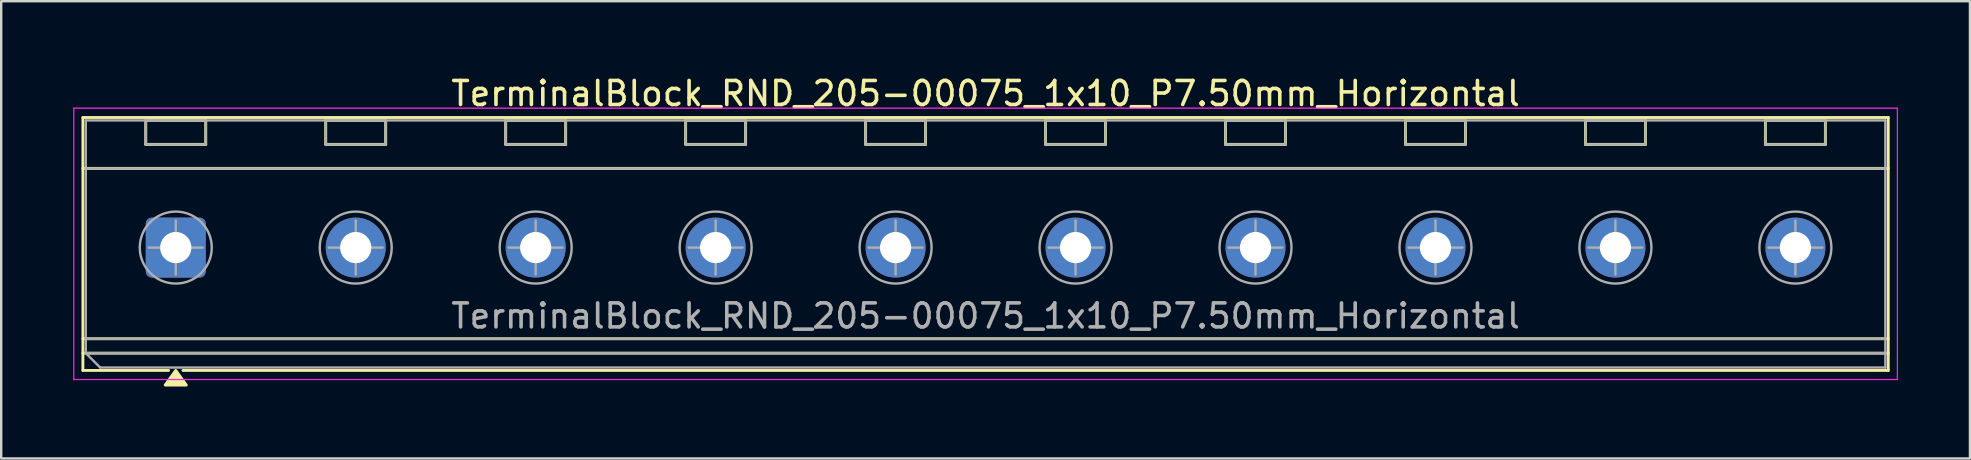
<source format=kicad_pcb>
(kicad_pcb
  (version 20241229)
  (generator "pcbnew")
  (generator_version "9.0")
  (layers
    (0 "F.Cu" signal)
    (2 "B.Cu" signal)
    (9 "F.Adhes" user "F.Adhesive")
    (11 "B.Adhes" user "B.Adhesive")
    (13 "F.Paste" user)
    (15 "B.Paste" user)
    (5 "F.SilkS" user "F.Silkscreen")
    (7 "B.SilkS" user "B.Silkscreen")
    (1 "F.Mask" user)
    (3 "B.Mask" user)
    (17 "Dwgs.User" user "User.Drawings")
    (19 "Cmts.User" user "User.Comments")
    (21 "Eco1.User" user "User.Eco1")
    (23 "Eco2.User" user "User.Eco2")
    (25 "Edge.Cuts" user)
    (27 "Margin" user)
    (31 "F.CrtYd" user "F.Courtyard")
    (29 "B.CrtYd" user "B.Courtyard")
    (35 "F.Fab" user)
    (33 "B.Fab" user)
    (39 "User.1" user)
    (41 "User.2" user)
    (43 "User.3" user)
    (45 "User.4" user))
  (footprint "TerminalBlock_RND_205-00075_1x10_P7.50mm_Horizontal"
    (layer "F.Cu")
    (at 4.275 7.268)
    (property "Reference" "TerminalBlock_RND_205-00075_1x10_P7.50mm_Horizontal" (at 33.75 -6.42 0) (layer "F.SilkS") (effects (font (size 1 1) (thickness 0.15))))
    (attr through_hole)
    (fp_line (start -3.87 -5.42) (end 71.37 -5.42) (stroke (width 0.12) (type solid)) (layer "F.SilkS"))
    (fp_line (start -3.87 -3.3) (end 71.37 -3.3) (stroke (width 0.12) (type solid)) (layer "F.SilkS"))
    (fp_line (start -3.87 3.8) (end 71.37 3.8) (stroke (width 0.12) (type solid)) (layer "F.SilkS"))
    (fp_line (start -3.87 4.4) (end 71.37 4.4) (stroke (width 0.12) (type solid)) (layer "F.SilkS"))
    (fp_line (start -3.87 5.12) (end -3.87 -5.42) (stroke (width 0.12) (type solid)) (layer "F.SilkS"))
    (fp_line (start -1.25 -5.3) (end 1.25 -5.3) (stroke (width 0.12) (type solid)) (layer "F.SilkS"))
    (fp_line (start -1.25 -4.3) (end -1.25 -5.3) (stroke (width 0.12) (type solid)) (layer "F.SilkS"))
    (fp_line (start -0.3 5.12) (end -3.87 5.12) (stroke (width 0.12) (type solid)) (layer "F.SilkS"))
    (fp_line (start 1.25 -5.3) (end 1.25 -4.3) (stroke (width 0.12) (type solid)) (layer "F.SilkS"))
    (fp_line (start 1.25 -4.3) (end -1.25 -4.3) (stroke (width 0.12) (type solid)) (layer "F.SilkS"))
    (fp_line (start 6.25 -5.3) (end 8.75 -5.3) (stroke (width 0.12) (type solid)) (layer "F.SilkS"))
    (fp_line (start 6.25 -4.3) (end 6.25 -5.3) (stroke (width 0.12) (type solid)) (layer "F.SilkS"))
    (fp_line (start 8.75 -5.3) (end 8.75 -4.3) (stroke (width 0.12) (type solid)) (layer "F.SilkS"))
    (fp_line (start 8.75 -4.3) (end 6.25 -4.3) (stroke (width 0.12) (type solid)) (layer "F.SilkS"))
    (fp_line (start 13.75 -5.3) (end 16.25 -5.3) (stroke (width 0.12) (type solid)) (layer "F.SilkS"))
    (fp_line (start 13.75 -4.3) (end 13.75 -5.3) (stroke (width 0.12) (type solid)) (layer "F.SilkS"))
    (fp_line (start 16.25 -5.3) (end 16.25 -4.3) (stroke (width 0.12) (type solid)) (layer "F.SilkS"))
    (fp_line (start 16.25 -4.3) (end 13.75 -4.3) (stroke (width 0.12) (type solid)) (layer "F.SilkS"))
    (fp_line (start 21.25 -5.3) (end 23.75 -5.3) (stroke (width 0.12) (type solid)) (layer "F.SilkS"))
    (fp_line (start 21.25 -4.3) (end 21.25 -5.3) (stroke (width 0.12) (type solid)) (layer "F.SilkS"))
    (fp_line (start 23.75 -5.3) (end 23.75 -4.3) (stroke (width 0.12) (type solid)) (layer "F.SilkS"))
    (fp_line (start 23.75 -4.3) (end 21.25 -4.3) (stroke (width 0.12) (type solid)) (layer "F.SilkS"))
    (fp_line (start 28.75 -5.3) (end 31.25 -5.3) (stroke (width 0.12) (type solid)) (layer "F.SilkS"))
    (fp_line (start 28.75 -4.3) (end 28.75 -5.3) (stroke (width 0.12) (type solid)) (layer "F.SilkS"))
    (fp_line (start 31.25 -5.3) (end 31.25 -4.3) (stroke (width 0.12) (type solid)) (layer "F.SilkS"))
    (fp_line (start 31.25 -4.3) (end 28.75 -4.3) (stroke (width 0.12) (type solid)) (layer "F.SilkS"))
    (fp_line (start 36.25 -5.3) (end 38.75 -5.3) (stroke (width 0.12) (type solid)) (layer "F.SilkS"))
    (fp_line (start 36.25 -4.3) (end 36.25 -5.3) (stroke (width 0.12) (type solid)) (layer "F.SilkS"))
    (fp_line (start 38.75 -5.3) (end 38.75 -4.3) (stroke (width 0.12) (type solid)) (layer "F.SilkS"))
    (fp_line (start 38.75 -4.3) (end 36.25 -4.3) (stroke (width 0.12) (type solid)) (layer "F.SilkS"))
    (fp_line (start 43.75 -5.3) (end 46.25 -5.3) (stroke (width 0.12) (type solid)) (layer "F.SilkS"))
    (fp_line (start 43.75 -4.3) (end 43.75 -5.3) (stroke (width 0.12) (type solid)) (layer "F.SilkS"))
    (fp_line (start 46.25 -5.3) (end 46.25 -4.3) (stroke (width 0.12) (type solid)) (layer "F.SilkS"))
    (fp_line (start 46.25 -4.3) (end 43.75 -4.3) (stroke (width 0.12) (type solid)) (layer "F.SilkS"))
    (fp_line (start 51.25 -5.3) (end 53.75 -5.3) (stroke (width 0.12) (type solid)) (layer "F.SilkS"))
    (fp_line (start 51.25 -4.3) (end 51.25 -5.3) (stroke (width 0.12) (type solid)) (layer "F.SilkS"))
    (fp_line (start 53.75 -5.3) (end 53.75 -4.3) (stroke (width 0.12) (type solid)) (layer "F.SilkS"))
    (fp_line (start 53.75 -4.3) (end 51.25 -4.3) (stroke (width 0.12) (type solid)) (layer "F.SilkS"))
    (fp_line (start 58.75 -5.3) (end 61.25 -5.3) (stroke (width 0.12) (type solid)) (layer "F.SilkS"))
    (fp_line (start 58.75 -4.3) (end 58.75 -5.3) (stroke (width 0.12) (type solid)) (layer "F.SilkS"))
    (fp_line (start 61.25 -5.3) (end 61.25 -4.3) (stroke (width 0.12) (type solid)) (layer "F.SilkS"))
    (fp_line (start 61.25 -4.3) (end 58.75 -4.3) (stroke (width 0.12) (type solid)) (layer "F.SilkS"))
    (fp_line (start 66.25 -5.3) (end 68.75 -5.3) (stroke (width 0.12) (type solid)) (layer "F.SilkS"))
    (fp_line (start 66.25 -4.3) (end 66.25 -5.3) (stroke (width 0.12) (type solid)) (layer "F.SilkS"))
    (fp_line (start 68.75 -5.3) (end 68.75 -4.3) (stroke (width 0.12) (type solid)) (layer "F.SilkS"))
    (fp_line (start 68.75 -4.3) (end 66.25 -4.3) (stroke (width 0.12) (type solid)) (layer "F.SilkS"))
    (fp_line (start 71.37 -5.42) (end 71.37 5.12) (stroke (width 0.12) (type solid)) (layer "F.SilkS"))
    (fp_line (start 71.37 5.12) (end 0.3 5.12) (stroke (width 0.12) (type solid)) (layer "F.SilkS"))
    (fp_poly (pts (xy 0 5.12) (xy 0.44 5.73) (xy -0.44 5.73)) (stroke (width 0.12) (type solid)) (fill yes) (layer "F.SilkS"))
    (fp_line (start -4.25 -5.81) (end -4.25 5.5) (stroke (width 0.05) (type solid)) (layer "F.CrtYd"))
    (fp_line (start -4.25 5.5) (end 71.75 5.5) (stroke (width 0.05) (type solid)) (layer "F.CrtYd"))
    (fp_line (start 71.75 -5.81) (end -4.25 -5.81) (stroke (width 0.05) (type solid)) (layer "F.CrtYd"))
    (fp_line (start 71.75 5.5) (end 71.75 -5.81) (stroke (width 0.05) (type solid)) (layer "F.CrtYd"))
    (fp_line (start -3.75 -5.3) (end 71.25 -5.3) (stroke (width 0.1) (type solid)) (layer "F.Fab"))
    (fp_line (start -3.75 -3.3) (end 71.25 -3.3) (stroke (width 0.1) (type solid)) (layer "F.Fab"))
    (fp_line (start -3.75 3.8) (end 71.25 3.8) (stroke (width 0.1) (type solid)) (layer "F.Fab"))
    (fp_line (start -3.75 4.4) (end -3.75 -5.3) (stroke (width 0.1) (type solid)) (layer "F.Fab"))
    (fp_line (start -3.75 4.4) (end 71.25 4.4) (stroke (width 0.1) (type solid)) (layer "F.Fab"))
    (fp_line (start -3.15 5) (end -3.75 4.4) (stroke (width 0.1) (type solid)) (layer "F.Fab"))
    (fp_line (start -1.25 -5.3) (end -1.25 -4.3) (stroke (width 0.1) (type solid)) (layer "F.Fab"))
    (fp_line (start -1.25 -4.3) (end 1.25 -4.3) (stroke (width 0.1) (type solid)) (layer "F.Fab"))
    (fp_line (start -1.125 0) (end 1.125 0) (stroke (width 0.1) (type solid)) (layer "F.Fab"))
    (fp_line (start 0 -1.125) (end 0 1.125) (stroke (width 0.1) (type solid)) (layer "F.Fab"))
    (fp_line (start 1.25 -5.3) (end -1.25 -5.3) (stroke (width 0.1) (type solid)) (layer "F.Fab"))
    (fp_line (start 1.25 -4.3) (end 1.25 -5.3) (stroke (width 0.1) (type solid)) (layer "F.Fab"))
    (fp_line (start 6.25 -5.3) (end 6.25 -4.3) (stroke (width 0.1) (type solid)) (layer "F.Fab"))
    (fp_line (start 6.25 -4.3) (end 8.75 -4.3) (stroke (width 0.1) (type solid)) (layer "F.Fab"))
    (fp_line (start 6.375 0) (end 8.625 0) (stroke (width 0.1) (type solid)) (layer "F.Fab"))
    (fp_line (start 7.5 -1.125) (end 7.5 1.125) (stroke (width 0.1) (type solid)) (layer "F.Fab"))
    (fp_line (start 8.75 -5.3) (end 6.25 -5.3) (stroke (width 0.1) (type solid)) (layer "F.Fab"))
    (fp_line (start 8.75 -4.3) (end 8.75 -5.3) (stroke (width 0.1) (type solid)) (layer "F.Fab"))
    (fp_line (start 13.75 -5.3) (end 13.75 -4.3) (stroke (width 0.1) (type solid)) (layer "F.Fab"))
    (fp_line (start 13.75 -4.3) (end 16.25 -4.3) (stroke (width 0.1) (type solid)) (layer "F.Fab"))
    (fp_line (start 13.875 0) (end 16.125 0) (stroke (width 0.1) (type solid)) (layer "F.Fab"))
    (fp_line (start 15 -1.125) (end 15 1.125) (stroke (width 0.1) (type solid)) (layer "F.Fab"))
    (fp_line (start 16.25 -5.3) (end 13.75 -5.3) (stroke (width 0.1) (type solid)) (layer "F.Fab"))
    (fp_line (start 16.25 -4.3) (end 16.25 -5.3) (stroke (width 0.1) (type solid)) (layer "F.Fab"))
    (fp_line (start 21.25 -5.3) (end 21.25 -4.3) (stroke (width 0.1) (type solid)) (layer "F.Fab"))
    (fp_line (start 21.25 -4.3) (end 23.75 -4.3) (stroke (width 0.1) (type solid)) (layer "F.Fab"))
    (fp_line (start 21.375 0) (end 23.625 0) (stroke (width 0.1) (type solid)) (layer "F.Fab"))
    (fp_line (start 22.5 -1.125) (end 22.5 1.125) (stroke (width 0.1) (type solid)) (layer "F.Fab"))
    (fp_line (start 23.75 -5.3) (end 21.25 -5.3) (stroke (width 0.1) (type solid)) (layer "F.Fab"))
    (fp_line (start 23.75 -4.3) (end 23.75 -5.3) (stroke (width 0.1) (type solid)) (layer "F.Fab"))
    (fp_line (start 28.75 -5.3) (end 28.75 -4.3) (stroke (width 0.1) (type solid)) (layer "F.Fab"))
    (fp_line (start 28.75 -4.3) (end 31.25 -4.3) (stroke (width 0.1) (type solid)) (layer "F.Fab"))
    (fp_line (start 28.875 0) (end 31.125 0) (stroke (width 0.1) (type solid)) (layer "F.Fab"))
    (fp_line (start 30 -1.125) (end 30 1.125) (stroke (width 0.1) (type solid)) (layer "F.Fab"))
    (fp_line (start 31.25 -5.3) (end 28.75 -5.3) (stroke (width 0.1) (type solid)) (layer "F.Fab"))
    (fp_line (start 31.25 -4.3) (end 31.25 -5.3) (stroke (width 0.1) (type solid)) (layer "F.Fab"))
    (fp_line (start 36.25 -5.3) (end 36.25 -4.3) (stroke (width 0.1) (type solid)) (layer "F.Fab"))
    (fp_line (start 36.25 -4.3) (end 38.75 -4.3) (stroke (width 0.1) (type solid)) (layer "F.Fab"))
    (fp_line (start 36.375 0) (end 38.625 0) (stroke (width 0.1) (type solid)) (layer "F.Fab"))
    (fp_line (start 37.5 -1.125) (end 37.5 1.125) (stroke (width 0.1) (type solid)) (layer "F.Fab"))
    (fp_line (start 38.75 -5.3) (end 36.25 -5.3) (stroke (width 0.1) (type solid)) (layer "F.Fab"))
    (fp_line (start 38.75 -4.3) (end 38.75 -5.3) (stroke (width 0.1) (type solid)) (layer "F.Fab"))
    (fp_line (start 43.75 -5.3) (end 43.75 -4.3) (stroke (width 0.1) (type solid)) (layer "F.Fab"))
    (fp_line (start 43.75 -4.3) (end 46.25 -4.3) (stroke (width 0.1) (type solid)) (layer "F.Fab"))
    (fp_line (start 43.875 0) (end 46.125 0) (stroke (width 0.1) (type solid)) (layer "F.Fab"))
    (fp_line (start 45 -1.125) (end 45 1.125) (stroke (width 0.1) (type solid)) (layer "F.Fab"))
    (fp_line (start 46.25 -5.3) (end 43.75 -5.3) (stroke (width 0.1) (type solid)) (layer "F.Fab"))
    (fp_line (start 46.25 -4.3) (end 46.25 -5.3) (stroke (width 0.1) (type solid)) (layer "F.Fab"))
    (fp_line (start 51.25 -5.3) (end 51.25 -4.3) (stroke (width 0.1) (type solid)) (layer "F.Fab"))
    (fp_line (start 51.25 -4.3) (end 53.75 -4.3) (stroke (width 0.1) (type solid)) (layer "F.Fab"))
    (fp_line (start 51.375 0) (end 53.625 0) (stroke (width 0.1) (type solid)) (layer "F.Fab"))
    (fp_line (start 52.5 -1.125) (end 52.5 1.125) (stroke (width 0.1) (type solid)) (layer "F.Fab"))
    (fp_line (start 53.75 -5.3) (end 51.25 -5.3) (stroke (width 0.1) (type solid)) (layer "F.Fab"))
    (fp_line (start 53.75 -4.3) (end 53.75 -5.3) (stroke (width 0.1) (type solid)) (layer "F.Fab"))
    (fp_line (start 58.75 -5.3) (end 58.75 -4.3) (stroke (width 0.1) (type solid)) (layer "F.Fab"))
    (fp_line (start 58.75 -4.3) (end 61.25 -4.3) (stroke (width 0.1) (type solid)) (layer "F.Fab"))
    (fp_line (start 58.875 0) (end 61.125 0) (stroke (width 0.1) (type solid)) (layer "F.Fab"))
    (fp_line (start 60 -1.125) (end 60 1.125) (stroke (width 0.1) (type solid)) (layer "F.Fab"))
    (fp_line (start 61.25 -5.3) (end 58.75 -5.3) (stroke (width 0.1) (type solid)) (layer "F.Fab"))
    (fp_line (start 61.25 -4.3) (end 61.25 -5.3) (stroke (width 0.1) (type solid)) (layer "F.Fab"))
    (fp_line (start 66.25 -5.3) (end 66.25 -4.3) (stroke (width 0.1) (type solid)) (layer "F.Fab"))
    (fp_line (start 66.25 -4.3) (end 68.75 -4.3) (stroke (width 0.1) (type solid)) (layer "F.Fab"))
    (fp_line (start 66.375 0) (end 68.625 0) (stroke (width 0.1) (type solid)) (layer "F.Fab"))
    (fp_line (start 67.5 -1.125) (end 67.5 1.125) (stroke (width 0.1) (type solid)) (layer "F.Fab"))
    (fp_line (start 68.75 -5.3) (end 66.25 -5.3) (stroke (width 0.1) (type solid)) (layer "F.Fab"))
    (fp_line (start 68.75 -4.3) (end 68.75 -5.3) (stroke (width 0.1) (type solid)) (layer "F.Fab"))
    (fp_line (start 71.25 -5.3) (end 71.25 5) (stroke (width 0.1) (type solid)) (layer "F.Fab"))
    (fp_line (start 71.25 5) (end -3.15 5) (stroke (width 0.1) (type solid)) (layer "F.Fab"))
    (fp_circle (center 0 0) (end 1.5 0) (stroke (width 0.1) (type solid)) (fill no) (layer "F.Fab"))
    (fp_circle (center 7.5 0) (end 9 0) (stroke (width 0.1) (type solid)) (fill no) (layer "F.Fab"))
    (fp_circle (center 15 0) (end 16.5 0) (stroke (width 0.1) (type solid)) (fill no) (layer "F.Fab"))
    (fp_circle (center 22.5 0) (end 24 0) (stroke (width 0.1) (type solid)) (fill no) (layer "F.Fab"))
    (fp_circle (center 30 0) (end 31.5 0) (stroke (width 0.1) (type solid)) (fill no) (layer "F.Fab"))
    (fp_circle (center 37.5 0) (end 39 0) (stroke (width 0.1) (type solid)) (fill no) (layer "F.Fab"))
    (fp_circle (center 45 0) (end 46.5 0) (stroke (width 0.1) (type solid)) (fill no) (layer "F.Fab"))
    (fp_circle (center 52.5 0) (end 54 0) (stroke (width 0.1) (type solid)) (fill no) (layer "F.Fab"))
    (fp_circle (center 60 0) (end 61.5 0) (stroke (width 0.1) (type solid)) (fill no) (layer "F.Fab"))
    (fp_circle (center 67.5 0) (end 69 0) (stroke (width 0.1) (type solid)) (fill no) (layer "F.Fab"))
    (fp_text user "${REFERENCE}" (at 33.75 2.85 0) (layer "F.Fab") (effects (font (size 1 1) (thickness 0.15))))
    (pad "1" thru_hole roundrect (at 0 0) (size 2.5 2.5) (drill 1.3) (layers "*.Cu" "*.Mask") (roundrect_rratio 0.1))
    (pad "2" thru_hole circle (at 7.5 0) (size 2.5 2.5) (drill 1.3) (layers "*.Cu" "*.Mask"))
    (pad "3" thru_hole circle (at 15 0) (size 2.5 2.5) (drill 1.3) (layers "*.Cu" "*.Mask"))
    (pad "4" thru_hole circle (at 22.5 0) (size 2.5 2.5) (drill 1.3) (layers "*.Cu" "*.Mask"))
    (pad "5" thru_hole circle (at 30 0) (size 2.5 2.5) (drill 1.3) (layers "*.Cu" "*.Mask"))
    (pad "6" thru_hole circle (at 37.5 0) (size 2.5 2.5) (drill 1.3) (layers "*.Cu" "*.Mask"))
    (pad "7" thru_hole circle (at 45 0) (size 2.5 2.5) (drill 1.3) (layers "*.Cu" "*.Mask"))
    (pad "8" thru_hole circle (at 52.5 0) (size 2.5 2.5) (drill 1.3) (layers "*.Cu" "*.Mask"))
    (pad "9" thru_hole circle (at 60 0) (size 2.5 2.5) (drill 1.3) (layers "*.Cu" "*.Mask"))
    (pad "10" thru_hole circle (at 67.5 0) (size 2.5 2.5) (drill 1.3) (layers "*.Cu" "*.Mask")))
  (gr_rect
    (start -3 -3)
    (end 79.05 16.058)
    (stroke (width 0.1) (type default))
    (fill no)
    (layer "Edge.Cuts")))
</source>
